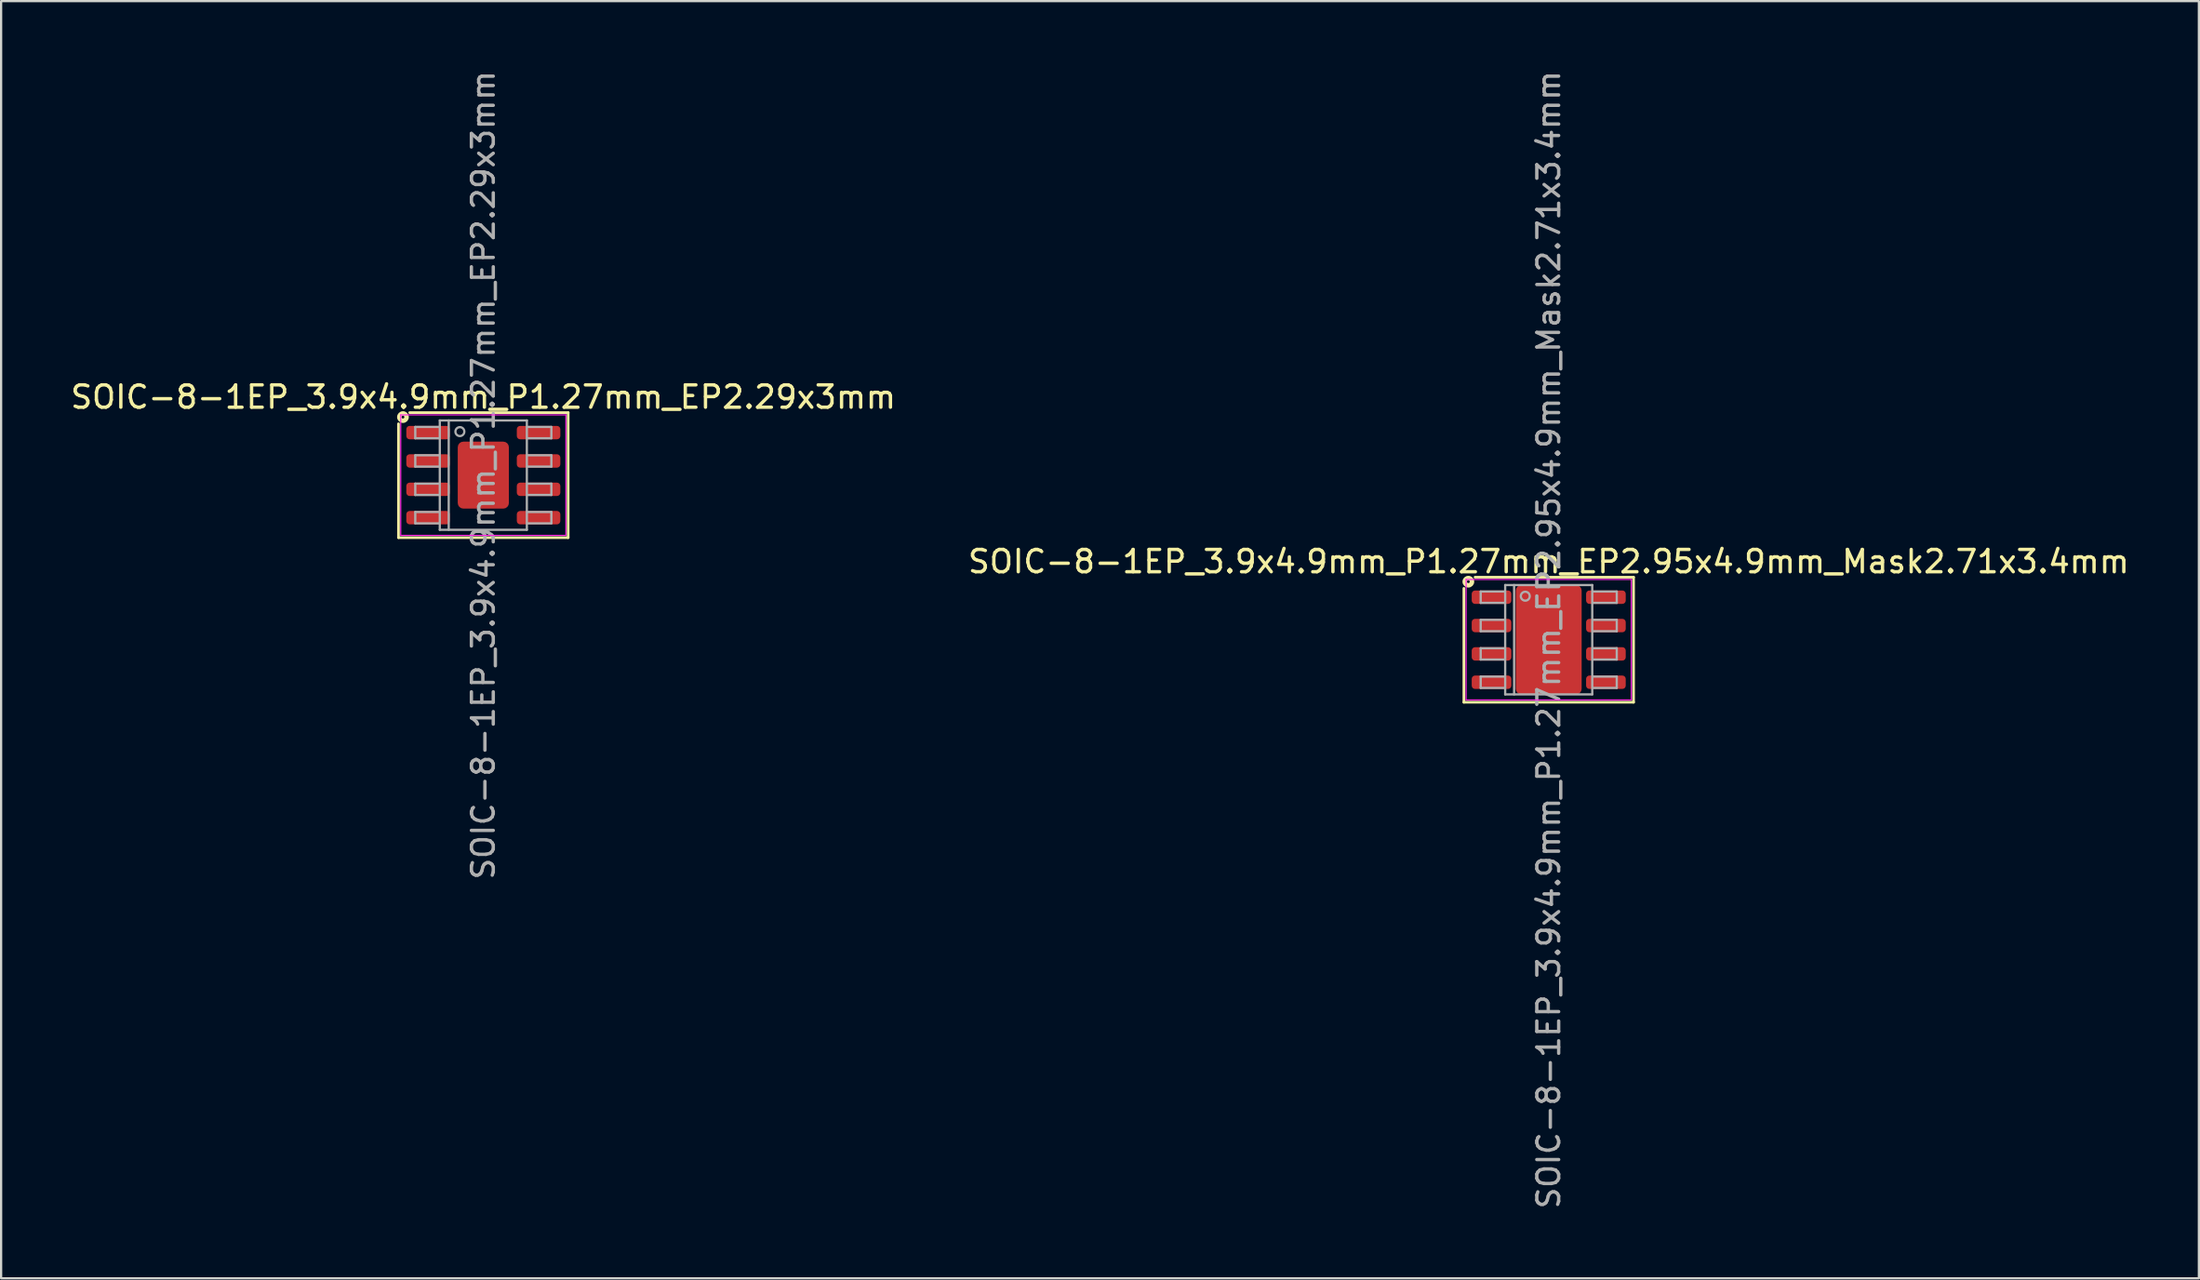
<source format=kicad_pcb>
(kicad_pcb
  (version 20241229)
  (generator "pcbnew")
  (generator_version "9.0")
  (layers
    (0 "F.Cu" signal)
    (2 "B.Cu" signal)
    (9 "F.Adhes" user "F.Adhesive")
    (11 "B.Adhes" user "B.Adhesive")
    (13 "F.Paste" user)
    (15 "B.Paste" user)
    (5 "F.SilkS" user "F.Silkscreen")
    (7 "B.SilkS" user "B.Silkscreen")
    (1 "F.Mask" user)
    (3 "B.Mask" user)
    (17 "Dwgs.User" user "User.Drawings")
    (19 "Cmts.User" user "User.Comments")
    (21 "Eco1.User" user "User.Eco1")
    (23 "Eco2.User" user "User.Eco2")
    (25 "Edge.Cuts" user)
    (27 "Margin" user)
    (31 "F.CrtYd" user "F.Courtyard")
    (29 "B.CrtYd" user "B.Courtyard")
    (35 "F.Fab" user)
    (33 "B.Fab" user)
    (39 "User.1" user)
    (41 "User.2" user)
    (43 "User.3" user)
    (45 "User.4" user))
  (footprint "SOIC-8-1EP_3.9x4.9mm_P1.27mm_EP2.95x4.9mm_Mask2.71x3.4mm"
    (layer "F.Cu")
    (at 66.327 25.607)
    (property "Reference" "SOIC-8-1EP_3.9x4.9mm_P1.27mm_EP2.95x4.9mm_Mask2.71x3.4mm" (at 0 -3.5 0) (layer "F.SilkS") (effects (font (size 1 1) (thickness 0.15))))
    (attr smd)
    (fp_line (start -3.8 -2.3) (end -3.8 2.8) (stroke (width 0.12) (type solid)) (layer "F.SilkS"))
    (fp_line (start -3.8 2.8) (end 3.8 2.8) (stroke (width 0.12) (type solid)) (layer "F.SilkS"))
    (fp_line (start 3.8 -2.8) (end -3.3 -2.8) (stroke (width 0.12) (type solid)) (layer "F.SilkS"))
    (fp_line (start 3.8 2.8) (end 3.8 -2.8) (stroke (width 0.12) (type solid)) (layer "F.SilkS"))
    (fp_circle (center -3.6 -2.6) (end -3.537 -2.6) (stroke (width 0.2) (type solid)) (fill no) (layer "F.SilkS"))
    (fp_line (start -3.7 -2.7) (end -3.7 2.7) (stroke (width 0.05) (type solid)) (layer "F.CrtYd"))
    (fp_line (start -3.7 2.7) (end 3.7 2.7) (stroke (width 0.05) (type solid)) (layer "F.CrtYd"))
    (fp_line (start 3.7 -2.7) (end -3.7 -2.7) (stroke (width 0.05) (type solid)) (layer "F.CrtYd"))
    (fp_line (start 3.7 2.7) (end 3.7 -2.7) (stroke (width 0.05) (type solid)) (layer "F.CrtYd"))
    (fp_line (start -3.048 -2.159) (end -3.048 -1.651) (stroke (width 0.1) (type solid)) (layer "F.Fab"))
    (fp_line (start -3.048 -2.159) (end -1.968 -2.159) (stroke (width 0.1) (type solid)) (layer "F.Fab"))
    (fp_line (start -3.048 -1.651) (end -1.968 -1.651) (stroke (width 0.1) (type solid)) (layer "F.Fab"))
    (fp_line (start -3.048 -0.889) (end -3.048 -0.381) (stroke (width 0.1) (type solid)) (layer "F.Fab"))
    (fp_line (start -3.048 -0.889) (end -1.968 -0.889) (stroke (width 0.1) (type solid)) (layer "F.Fab"))
    (fp_line (start -3.048 -0.381) (end -1.968 -0.381) (stroke (width 0.1) (type solid)) (layer "F.Fab"))
    (fp_line (start -3.048 0.381) (end -3.048 0.889) (stroke (width 0.1) (type solid)) (layer "F.Fab"))
    (fp_line (start -3.048 0.381) (end -1.968 0.381) (stroke (width 0.1) (type solid)) (layer "F.Fab"))
    (fp_line (start -3.048 0.889) (end -1.968 0.889) (stroke (width 0.1) (type solid)) (layer "F.Fab"))
    (fp_line (start -3.048 1.651) (end -3.048 2.159) (stroke (width 0.1) (type solid)) (layer "F.Fab"))
    (fp_line (start -3.048 1.651) (end -1.968 1.651) (stroke (width 0.1) (type solid)) (layer "F.Fab"))
    (fp_line (start -3.048 2.159) (end -1.968 2.159) (stroke (width 0.1) (type solid)) (layer "F.Fab"))
    (fp_line (start -1.95 -2.45) (end 1.95 -2.45) (stroke (width 0.1) (type solid)) (layer "F.Fab"))
    (fp_line (start -1.95 2.45) (end -1.95 -2.45) (stroke (width 0.1) (type solid)) (layer "F.Fab"))
    (fp_line (start -1.55 -2.45) (end -1.55 2.45) (stroke (width 0.1) (type solid)) (layer "F.Fab"))
    (fp_line (start 1.95 -2.45) (end 1.95 2.45) (stroke (width 0.1) (type solid)) (layer "F.Fab"))
    (fp_line (start 1.95 2.45) (end -1.95 2.45) (stroke (width 0.1) (type solid)) (layer "F.Fab"))
    (fp_line (start 3.048 -2.159) (end 1.968 -2.159) (stroke (width 0.1) (type solid)) (layer "F.Fab"))
    (fp_line (start 3.048 -1.651) (end 1.968 -1.651) (stroke (width 0.1) (type solid)) (layer "F.Fab"))
    (fp_line (start 3.048 -1.651) (end 3.048 -2.159) (stroke (width 0.1) (type solid)) (layer "F.Fab"))
    (fp_line (start 3.048 -0.889) (end 1.968 -0.889) (stroke (width 0.1) (type solid)) (layer "F.Fab"))
    (fp_line (start 3.048 -0.381) (end 1.968 -0.381) (stroke (width 0.1) (type solid)) (layer "F.Fab"))
    (fp_line (start 3.048 -0.381) (end 3.048 -0.889) (stroke (width 0.1) (type solid)) (layer "F.Fab"))
    (fp_line (start 3.048 0.381) (end 1.968 0.381) (stroke (width 0.1) (type solid)) (layer "F.Fab"))
    (fp_line (start 3.048 0.889) (end 1.968 0.889) (stroke (width 0.1) (type solid)) (layer "F.Fab"))
    (fp_line (start 3.048 0.889) (end 3.048 0.381) (stroke (width 0.1) (type solid)) (layer "F.Fab"))
    (fp_line (start 3.048 1.651) (end 1.968 1.651) (stroke (width 0.1) (type solid)) (layer "F.Fab"))
    (fp_line (start 3.048 2.159) (end 1.968 2.159) (stroke (width 0.1) (type solid)) (layer "F.Fab"))
    (fp_line (start 3.048 2.159) (end 3.048 1.651) (stroke (width 0.1) (type solid)) (layer "F.Fab"))
    (fp_circle (center -1.05 -1.95) (end -0.85 -1.95) (stroke (width 0.1) (type solid)) (fill no) (layer "F.Fab"))
    (fp_text user "${REFERENCE}" (at 0 0 90) (layer "F.Fab") (effects (font (size 0.98 0.98) (thickness 0.15))))
    (pad "" smd roundrect (at -0.68 -0.85) (size 1.09 1.37) (layers "F.Paste") (roundrect_rratio 0.229))
    (pad "" smd roundrect (at -0.68 0.85) (size 1.09 1.37) (layers "F.Paste") (roundrect_rratio 0.229))
    (pad "" smd roundrect (at 0 0) (size 2.71 3.4) (layers "F.Mask") (roundrect_rratio 0.092))
    (pad "" smd roundrect (at 0.68 -0.85) (size 1.09 1.37) (layers "F.Paste") (roundrect_rratio 0.229))
    (pad "" smd roundrect (at 0.68 0.85) (size 1.09 1.37) (layers "F.Paste") (roundrect_rratio 0.229))
    (pad "1" smd roundrect (at -2.562 -1.905) (size 1.775 0.6) (layers "F.Cu" "F.Mask" "F.Paste") (roundrect_rratio 0.25))
    (pad "2" smd roundrect (at -2.562 -0.635) (size 1.775 0.6) (layers "F.Cu" "F.Mask" "F.Paste") (roundrect_rratio 0.25))
    (pad "3" smd roundrect (at -2.562 0.635) (size 1.775 0.6) (layers "F.Cu" "F.Mask" "F.Paste") (roundrect_rratio 0.25))
    (pad "4" smd roundrect (at -2.562 1.905) (size 1.775 0.6) (layers "F.Cu" "F.Mask" "F.Paste") (roundrect_rratio 0.25))
    (pad "5" smd roundrect (at 2.562 1.905) (size 1.775 0.6) (layers "F.Cu" "F.Mask" "F.Paste") (roundrect_rratio 0.25))
    (pad "6" smd roundrect (at 2.562 0.635) (size 1.775 0.6) (layers "F.Cu" "F.Mask" "F.Paste") (roundrect_rratio 0.25))
    (pad "7" smd roundrect (at 2.562 -0.635) (size 1.775 0.6) (layers "F.Cu" "F.Mask" "F.Paste") (roundrect_rratio 0.25))
    (pad "8" smd roundrect (at 2.562 -1.905) (size 1.775 0.6) (layers "F.Cu" "F.Mask" "F.Paste") (roundrect_rratio 0.25))
    (pad "9" smd roundrect (at 0 0) (size 2.95 4.9) (layers "F.Cu") (roundrect_rratio 0.085)))
  (footprint "SOIC-8-1EP_3.9x4.9mm_P1.27mm_EP2.29x3mm"
    (layer "F.Cu")
    (at 18.601 18.234)
    (property "Reference" "SOIC-8-1EP_3.9x4.9mm_P1.27mm_EP2.29x3mm" (at 0 -3.498 0) (layer "F.SilkS") (effects (font (size 1 1) (thickness 0.15))))
    (attr smd)
    (fp_line (start -3.8 -2.3) (end -3.8 2.8) (stroke (width 0.12) (type solid)) (layer "F.SilkS"))
    (fp_line (start -3.8 2.8) (end 3.8 2.8) (stroke (width 0.12) (type solid)) (layer "F.SilkS"))
    (fp_line (start 3.8 -2.8) (end -3.3 -2.8) (stroke (width 0.12) (type solid)) (layer "F.SilkS"))
    (fp_line (start 3.8 2.8) (end 3.8 -2.8) (stroke (width 0.12) (type solid)) (layer "F.SilkS"))
    (fp_circle (center -3.6 -2.6) (end -3.537 -2.6) (stroke (width 0.2) (type solid)) (fill no) (layer "F.SilkS"))
    (fp_line (start -3.7 -2.7) (end -3.7 2.7) (stroke (width 0.05) (type solid)) (layer "F.CrtYd"))
    (fp_line (start -3.7 2.7) (end 3.7 2.7) (stroke (width 0.05) (type solid)) (layer "F.CrtYd"))
    (fp_line (start 3.7 -2.7) (end -3.7 -2.7) (stroke (width 0.05) (type solid)) (layer "F.CrtYd"))
    (fp_line (start 3.7 2.7) (end 3.7 -2.7) (stroke (width 0.05) (type solid)) (layer "F.CrtYd"))
    (fp_line (start -3.048 -2.159) (end -3.048 -1.651) (stroke (width 0.1) (type solid)) (layer "F.Fab"))
    (fp_line (start -3.048 -2.159) (end -1.968 -2.159) (stroke (width 0.1) (type solid)) (layer "F.Fab"))
    (fp_line (start -3.048 -1.651) (end -1.968 -1.651) (stroke (width 0.1) (type solid)) (layer "F.Fab"))
    (fp_line (start -3.048 -0.889) (end -3.048 -0.381) (stroke (width 0.1) (type solid)) (layer "F.Fab"))
    (fp_line (start -3.048 -0.889) (end -1.968 -0.889) (stroke (width 0.1) (type solid)) (layer "F.Fab"))
    (fp_line (start -3.048 -0.381) (end -1.968 -0.381) (stroke (width 0.1) (type solid)) (layer "F.Fab"))
    (fp_line (start -3.048 0.381) (end -3.048 0.889) (stroke (width 0.1) (type solid)) (layer "F.Fab"))
    (fp_line (start -3.048 0.381) (end -1.968 0.381) (stroke (width 0.1) (type solid)) (layer "F.Fab"))
    (fp_line (start -3.048 0.889) (end -1.968 0.889) (stroke (width 0.1) (type solid)) (layer "F.Fab"))
    (fp_line (start -3.048 1.651) (end -3.048 2.159) (stroke (width 0.1) (type solid)) (layer "F.Fab"))
    (fp_line (start -3.048 1.651) (end -1.968 1.651) (stroke (width 0.1) (type solid)) (layer "F.Fab"))
    (fp_line (start -3.048 2.159) (end -1.968 2.159) (stroke (width 0.1) (type solid)) (layer "F.Fab"))
    (fp_line (start -1.95 -2.45) (end 1.95 -2.45) (stroke (width 0.1) (type solid)) (layer "F.Fab"))
    (fp_line (start -1.95 2.45) (end -1.95 -2.45) (stroke (width 0.1) (type solid)) (layer "F.Fab"))
    (fp_line (start -1.55 -2.45) (end -1.55 2.45) (stroke (width 0.1) (type solid)) (layer "F.Fab"))
    (fp_line (start 1.95 -2.45) (end 1.95 2.45) (stroke (width 0.1) (type solid)) (layer "F.Fab"))
    (fp_line (start 1.95 2.45) (end -1.95 2.45) (stroke (width 0.1) (type solid)) (layer "F.Fab"))
    (fp_line (start 3.048 -2.159) (end 1.968 -2.159) (stroke (width 0.1) (type solid)) (layer "F.Fab"))
    (fp_line (start 3.048 -1.651) (end 1.968 -1.651) (stroke (width 0.1) (type solid)) (layer "F.Fab"))
    (fp_line (start 3.048 -1.651) (end 3.048 -2.159) (stroke (width 0.1) (type solid)) (layer "F.Fab"))
    (fp_line (start 3.048 -0.889) (end 1.968 -0.889) (stroke (width 0.1) (type solid)) (layer "F.Fab"))
    (fp_line (start 3.048 -0.381) (end 1.968 -0.381) (stroke (width 0.1) (type solid)) (layer "F.Fab"))
    (fp_line (start 3.048 -0.381) (end 3.048 -0.889) (stroke (width 0.1) (type solid)) (layer "F.Fab"))
    (fp_line (start 3.048 0.381) (end 1.968 0.381) (stroke (width 0.1) (type solid)) (layer "F.Fab"))
    (fp_line (start 3.048 0.889) (end 1.968 0.889) (stroke (width 0.1) (type solid)) (layer "F.Fab"))
    (fp_line (start 3.048 0.889) (end 3.048 0.381) (stroke (width 0.1) (type solid)) (layer "F.Fab"))
    (fp_line (start 3.048 1.651) (end 1.968 1.651) (stroke (width 0.1) (type solid)) (layer "F.Fab"))
    (fp_line (start 3.048 2.159) (end 1.968 2.159) (stroke (width 0.1) (type solid)) (layer "F.Fab"))
    (fp_line (start 3.048 2.159) (end 3.048 1.651) (stroke (width 0.1) (type solid)) (layer "F.Fab"))
    (fp_circle (center -1.05 -1.95) (end -0.85 -1.95) (stroke (width 0.1) (type solid)) (fill no) (layer "F.Fab"))
    (fp_text user "${REFERENCE}" (at 0 0 90) (layer "F.Fab") (effects (font (size 0.98 0.98) (thickness 0.15))))
    (pad "" smd roundrect (at -0.57 -0.75) (size 0.92 1.21) (layers "F.Paste") (roundrect_rratio 0.25))
    (pad "" smd roundrect (at -0.57 0.75) (size 0.92 1.21) (layers "F.Paste") (roundrect_rratio 0.25))
    (pad "" smd roundrect (at 0.57 -0.75) (size 0.92 1.21) (layers "F.Paste") (roundrect_rratio 0.25))
    (pad "" smd roundrect (at 0.57 0.75) (size 0.92 1.21) (layers "F.Paste") (roundrect_rratio 0.25))
    (pad "1" smd roundrect (at -2.475 -1.905) (size 1.95 0.6) (layers "F.Cu" "F.Mask" "F.Paste") (roundrect_rratio 0.25))
    (pad "2" smd roundrect (at -2.475 -0.635) (size 1.95 0.6) (layers "F.Cu" "F.Mask" "F.Paste") (roundrect_rratio 0.25))
    (pad "3" smd roundrect (at -2.475 0.635) (size 1.95 0.6) (layers "F.Cu" "F.Mask" "F.Paste") (roundrect_rratio 0.25))
    (pad "4" smd roundrect (at -2.475 1.905) (size 1.95 0.6) (layers "F.Cu" "F.Mask" "F.Paste") (roundrect_rratio 0.25))
    (pad "5" smd roundrect (at 2.475 1.905) (size 1.95 0.6) (layers "F.Cu" "F.Mask" "F.Paste") (roundrect_rratio 0.25))
    (pad "6" smd roundrect (at 2.475 0.635) (size 1.95 0.6) (layers "F.Cu" "F.Mask" "F.Paste") (roundrect_rratio 0.25))
    (pad "7" smd roundrect (at 2.475 -0.635) (size 1.95 0.6) (layers "F.Cu" "F.Mask" "F.Paste") (roundrect_rratio 0.25))
    (pad "8" smd roundrect (at 2.475 -1.905) (size 1.95 0.6) (layers "F.Cu" "F.Mask" "F.Paste") (roundrect_rratio 0.25))
    (pad "9" smd roundrect (at 0 0) (size 2.29 3) (layers "F.Cu" "F.Mask") (roundrect_rratio 0.109)))
  (gr_rect
    (start -3 -3)
    (end 95.452 54.214)
    (stroke (width 0.1) (type default))
    (fill no)
    (layer "Edge.Cuts")))
</source>
